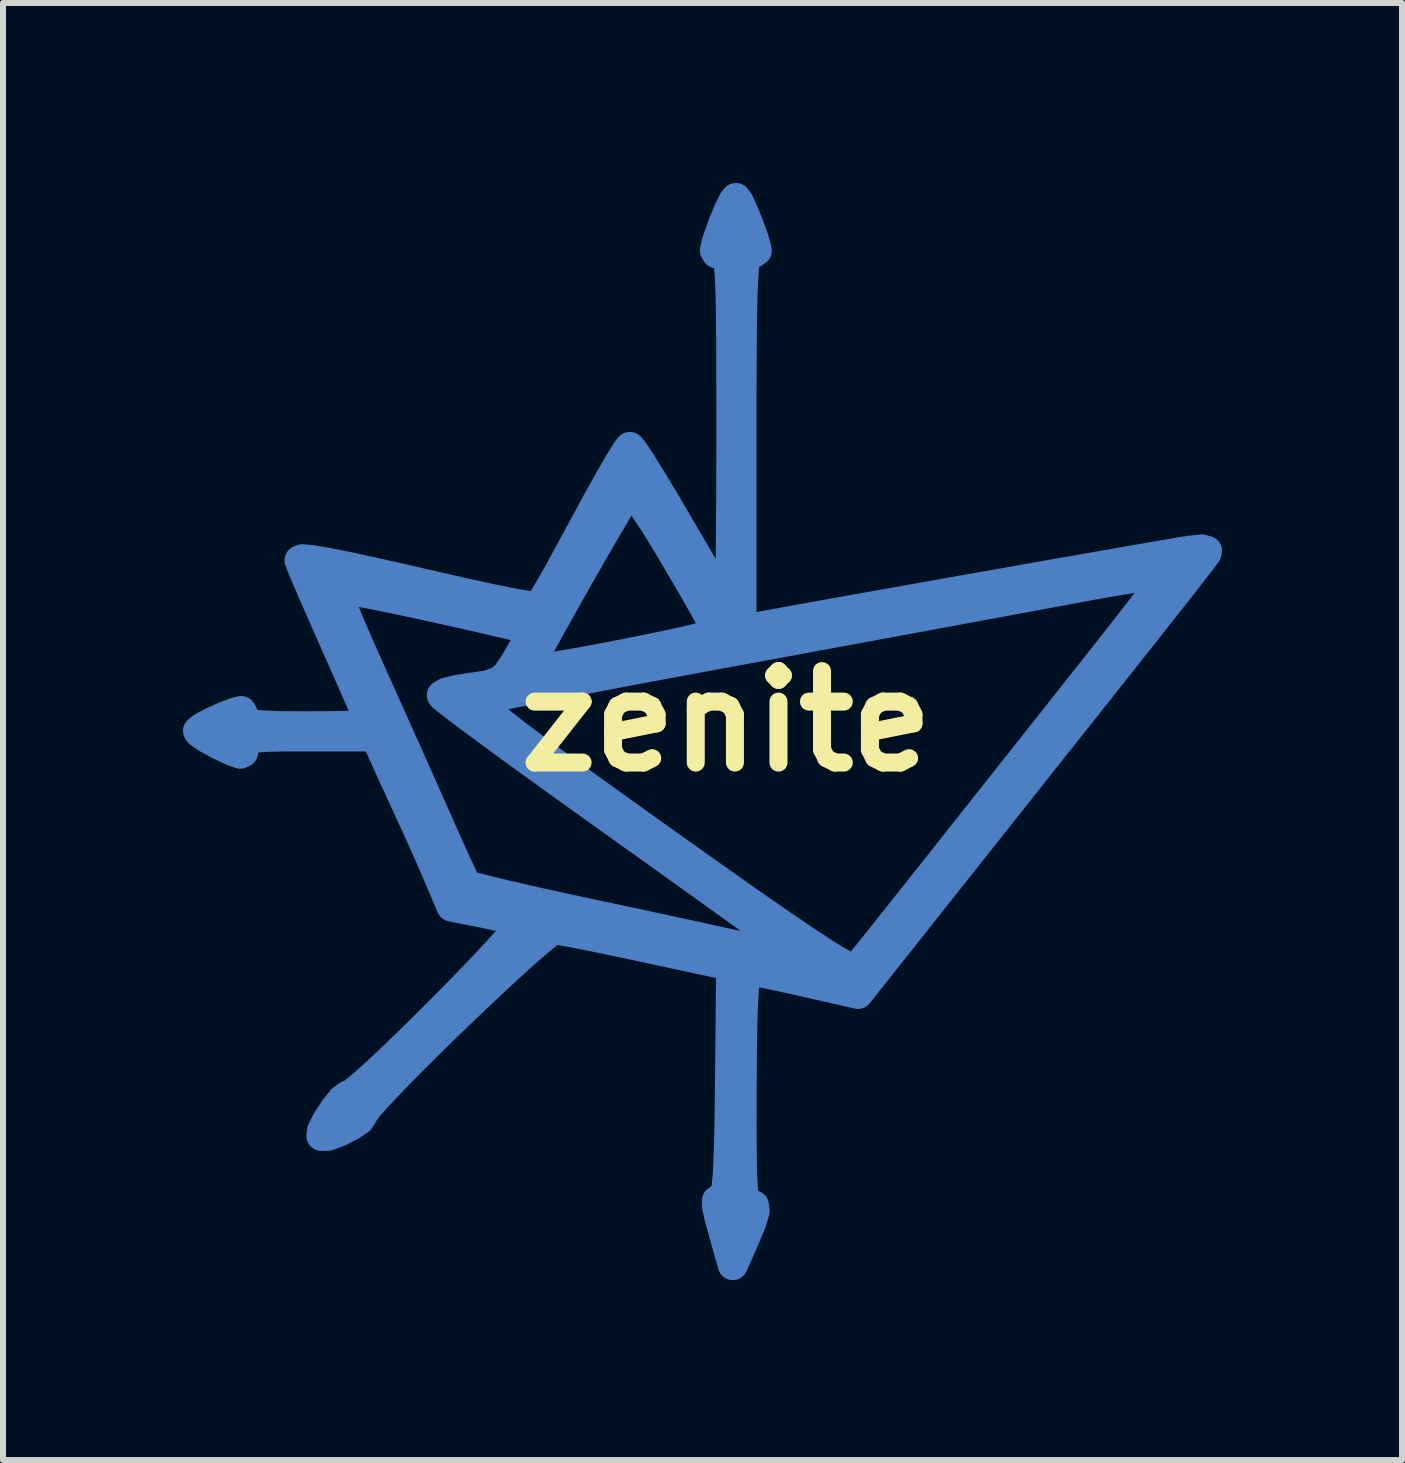
<source format=kicad_pcb>
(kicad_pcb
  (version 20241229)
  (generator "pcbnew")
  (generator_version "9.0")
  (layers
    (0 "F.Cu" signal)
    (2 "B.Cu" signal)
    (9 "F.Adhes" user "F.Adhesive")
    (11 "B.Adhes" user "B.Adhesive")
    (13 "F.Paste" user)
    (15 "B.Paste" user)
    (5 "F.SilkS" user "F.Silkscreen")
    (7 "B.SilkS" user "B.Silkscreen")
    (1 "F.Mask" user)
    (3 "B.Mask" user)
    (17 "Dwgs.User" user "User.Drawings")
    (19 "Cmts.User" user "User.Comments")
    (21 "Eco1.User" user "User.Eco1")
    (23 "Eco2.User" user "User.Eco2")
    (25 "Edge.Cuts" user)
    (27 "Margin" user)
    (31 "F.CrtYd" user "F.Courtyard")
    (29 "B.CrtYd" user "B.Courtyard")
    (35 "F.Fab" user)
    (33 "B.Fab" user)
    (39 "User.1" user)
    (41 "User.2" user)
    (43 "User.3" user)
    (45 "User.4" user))
  (footprint "zenite"
    (layer "F.Cu")
    (at 9.055 8.971)
    (property "Reference" "zenite" (at 0 0 0) (layer "F.SilkS") (effects (font (size 1.524 1.524) (thickness 0.3))))
    (attr through_hole)
    (fp_poly (pts (xy 0.212 -8.65) (xy 0.293 -8.473) (xy 0.383 -8.247) (xy 0.462 -8.028) (xy 0.505 -7.87) (xy 0.508 -7.841) (xy 0.439 -7.795) (xy 0.381 -7.789) (xy 0.348 -7.772) (xy 0.321 -7.71) (xy 0.299 -7.587) (xy 0.283 -7.389) (xy 0.271 -7.1) (xy 0.263 -6.705) (xy 0.258 -6.188) (xy 0.255 -5.533) (xy 0.254 -4.726) (xy 0.254 -4.647) (xy 0.254 -1.506) (xy 0.445 -1.553) (xy 0.561 -1.576) (xy 0.823 -1.624) (xy 1.209 -1.694) (xy 1.697 -1.782) (xy 2.267 -1.884) (xy 2.896 -1.996) (xy 3.564 -2.115) (xy 4.249 -2.236) (xy 4.929 -2.356) (xy 5.584 -2.472) (xy 6.191 -2.578) (xy 6.73 -2.672) (xy 7.178 -2.75) (xy 7.516 -2.808) (xy 7.694 -2.837) (xy 7.926 -2.863) (xy 8.014 -2.839) (xy 8.005 -2.801) (xy 7.938 -2.71) (xy 7.78 -2.506) (xy 7.547 -2.207) (xy 7.251 -1.832) (xy 6.909 -1.399) (xy 6.576 -0.978) (xy 6.123 -0.406) (xy 5.599 0.254) (xy 5.041 0.957) (xy 4.483 1.661) (xy 3.962 2.319) (xy 3.701 2.647) (xy 2.196 4.546) (xy 1.331 4.349) (xy 0.962 4.267) (xy 0.651 4.201) (xy 0.437 4.16) (xy 0.365 4.15) (xy 0.331 4.198) (xy 0.304 4.352) (xy 0.284 4.624) (xy 0.269 5.029) (xy 0.261 5.58) (xy 0.257 6.096) (xy 0.256 6.724) (xy 0.258 7.201) (xy 0.265 7.55) (xy 0.278 7.788) (xy 0.299 7.936) (xy 0.329 8.014) (xy 0.369 8.042) (xy 0.384 8.043) (xy 0.461 8.068) (xy 0.475 8.161) (xy 0.421 8.346) (xy 0.295 8.65) (xy 0.257 8.736) (xy 0.109 9.066) (xy -0.03 8.57) (xy -0.116 8.259) (xy -0.156 8.077) (xy -0.154 7.989) (xy -0.11 7.961) (xy -0.062 7.959) (xy -0.026 7.92) (xy 0.003 7.794) (xy 0.025 7.565) (xy 0.041 7.216) (xy 0.054 6.731) (xy 0.062 6.095) (xy 0.063 6.018) (xy 0.082 4.077) (xy -0.15 4.029) (xy -0.315 3.994) (xy -0.609 3.931) (xy -0.992 3.849) (xy -1.429 3.755) (xy -1.562 3.726) (xy -1.995 3.635) (xy -2.374 3.557) (xy -2.665 3.502) (xy -2.837 3.473) (xy -2.862 3.471) (xy -2.959 3.528) (xy -3.152 3.684) (xy -3.423 3.921) (xy -3.75 4.221) (xy -4.115 4.563) (xy -4.498 4.928) (xy -4.879 5.299) (xy -5.238 5.655) (xy -5.555 5.978) (xy -5.812 6.249) (xy -5.988 6.447) (xy -6.063 6.556) (xy -6.064 6.566) (xy -6.113 6.643) (xy -6.264 6.746) (xy -6.459 6.845) (xy -6.639 6.911) (xy -6.745 6.914) (xy -6.748 6.912) (xy -6.736 6.819) (xy -6.65 6.652) (xy -6.526 6.463) (xy -6.401 6.308) (xy -6.309 6.239) (xy -6.299 6.24) (xy -6.214 6.193) (xy -6.036 6.047) (xy -5.785 5.819) (xy -5.479 5.53) (xy -5.138 5.198) (xy -4.782 4.845) (xy -4.43 4.488) (xy -4.101 4.147) (xy -3.816 3.843) (xy -3.592 3.595) (xy -3.451 3.421) (xy -3.41 3.342) (xy -3.413 3.34) (xy -3.545 3.305) (xy -3.787 3.25) (xy -4.047 3.196) (xy -4.579 3.09) (xy -4.795 2.582) (xy -4.949 2.227) (xy -5.114 1.857) (xy -5.208 1.651) (xy -5.359 1.325) (xy -5.531 0.951) (xy -5.626 0.741) (xy -5.847 0.254) (xy -6.945 0.254) (xy -7.394 0.255) (xy -7.7 0.263) (xy -7.892 0.28) (xy -7.995 0.311) (xy -8.036 0.36) (xy -8.043 0.422) (xy -8.051 0.518) (xy -8.101 0.543) (xy -8.231 0.497) (xy -8.424 0.405) (xy -8.643 0.288) (xy -8.781 0.194) (xy -8.805 0.162) (xy -8.736 0.105) (xy -8.568 0.016) (xy -8.362 -0.078) (xy -8.177 -0.148) (xy -8.084 -0.169) (xy -8.048 -0.1) (xy -8.043 -0.042) (xy -8.018 0.011) (xy -7.926 0.048) (xy -7.742 0.07) (xy -7.44 0.082) (xy -6.994 0.085) (xy -6.985 0.085) (xy -6.584 0.082) (xy -6.253 0.076) (xy -6.023 0.067) (xy -5.928 0.056) (xy -5.927 0.055) (xy -5.959 -0.029) (xy -6.05 -0.241) (xy -6.188 -0.556) (xy -6.361 -0.949) (xy -6.519 -1.306) (xy -6.713 -1.744) (xy -6.881 -2.127) (xy -6.913 -2.202) (xy -6.501 -2.202) (xy -6.475 -2.11) (xy -6.389 -1.888) (xy -6.253 -1.562) (xy -6.077 -1.157) (xy -5.872 -0.698) (xy -5.859 -0.669) (xy -5.614 -0.124) (xy -5.358 0.446) (xy -5.114 0.993) (xy -4.903 1.469) (xy -4.785 1.736) (xy -4.622 2.102) (xy -4.481 2.412) (xy -4.378 2.63) (xy -4.326 2.726) (xy -4.233 2.759) (xy -3.996 2.821) (xy -3.641 2.907) (xy -3.189 3.01) (xy -2.663 3.126) (xy -2.244 3.216) (xy -1.634 3.346) (xy -1.038 3.474) (xy -0.488 3.593) (xy -0.02 3.696) (xy 0.334 3.774) (xy 0.466 3.804) (xy 0.834 3.889) (xy 1.069 3.941) (xy 1.199 3.966) (xy 1.256 3.968) (xy 1.27 3.953) (xy 1.27 3.947) (xy 1.203 3.892) (xy 1.013 3.75) (xy 0.712 3.53) (xy 0.315 3.242) (xy -0.164 2.897) (xy -0.711 2.505) (xy -1.312 2.075) (xy -1.736 1.773) (xy -2.365 1.323) (xy -2.95 0.903) (xy -3.476 0.522) (xy -3.929 0.191) (xy -4.296 -0.081) (xy -4.561 -0.281) (xy -4.611 -0.321) (xy -4.113 -0.321) (xy -4.069 -0.253) (xy -3.955 -0.143) (xy -3.763 0.018) (xy -3.482 0.237) (xy -3.104 0.52) (xy -2.617 0.876) (xy -2.013 1.312) (xy -1.281 1.836) (xy -1.092 1.971) (xy -0.308 2.528) (xy 0.349 2.992) (xy 0.889 3.367) (xy 1.32 3.66) (xy 1.651 3.877) (xy 1.893 4.024) (xy 2.054 4.107) (xy 2.144 4.133) (xy 2.166 4.125) (xy 2.243 4.032) (xy 2.409 3.826) (xy 2.649 3.525) (xy 2.948 3.15) (xy 3.29 2.719) (xy 3.566 2.371) (xy 4.025 1.791) (xy 4.541 1.14) (xy 5.074 0.467) (xy 5.585 -0.179) (xy 6.036 -0.748) (xy 6.098 -0.827) (xy 6.447 -1.269) (xy 6.759 -1.667) (xy 7.019 -2.003) (xy 7.213 -2.256) (xy 7.325 -2.408) (xy 7.347 -2.442) (xy 7.276 -2.449) (xy 7.064 -2.427) (xy 6.738 -2.38) (xy 6.322 -2.311) (xy 5.865 -2.228) (xy 5.47 -2.154) (xy 4.933 -2.055) (xy 4.278 -1.933) (xy 3.53 -1.795) (xy 2.713 -1.644) (xy 1.852 -1.485) (xy 0.97 -1.322) (xy 0.212 -1.183) (xy -0.609 -1.031) (xy -1.381 -0.887) (xy -2.09 -0.753) (xy -2.718 -0.633) (xy -3.248 -0.531) (xy -3.665 -0.448) (xy -3.951 -0.389) (xy -4.09 -0.356) (xy -4.097 -0.353) (xy -4.113 -0.321) (xy -4.611 -0.321) (xy -4.712 -0.401) (xy -4.741 -0.432) (xy -4.665 -0.477) (xy -4.469 -0.524) (xy -4.289 -0.552) (xy -3.986 -0.596) (xy -3.794 -0.658) (xy -3.655 -0.775) (xy -3.597 -0.862) (xy -3.302 -0.862) (xy -3.224 -0.858) (xy -3.013 -0.885) (xy -2.698 -0.935) (xy -2.311 -1.003) (xy -1.884 -1.084) (xy -1.447 -1.17) (xy -1.032 -1.255) (xy -0.669 -1.335) (xy -0.391 -1.402) (xy -0.227 -1.451) (xy -0.2 -1.465) (xy -0.186 -1.498) (xy -0.198 -1.561) (xy -0.247 -1.674) (xy -0.344 -1.857) (xy -0.499 -2.13) (xy -0.722 -2.513) (xy -0.954 -2.907) (xy -1.172 -3.264) (xy -1.364 -3.555) (xy -1.512 -3.755) (xy -1.6 -3.839) (xy -1.613 -3.838) (xy -1.681 -3.738) (xy -1.814 -3.521) (xy -1.995 -3.215) (xy -2.208 -2.847) (xy -2.438 -2.445) (xy -2.669 -2.037) (xy -2.885 -1.65) (xy -3.072 -1.312) (xy -3.212 -1.051) (xy -3.291 -0.893) (xy -3.302 -0.862) (xy -3.597 -0.862) (xy -3.514 -0.986) (xy -3.437 -1.119) (xy -3.205 -1.518) (xy -3.402 -1.564) (xy -4.122 -1.732) (xy -4.778 -1.879) (xy -5.352 -2.004) (xy -5.829 -2.102) (xy -6.19 -2.17) (xy -6.42 -2.204) (xy -6.501 -2.202) (xy -6.913 -2.202) (xy -7.01 -2.428) (xy -7.091 -2.621) (xy -7.112 -2.681) (xy -7.068 -2.699) (xy -6.927 -2.688) (xy -6.676 -2.647) (xy -6.304 -2.573) (xy -5.799 -2.463) (xy -5.147 -2.315) (xy -4.796 -2.234) (xy -4.299 -2.121) (xy -3.858 -2.026) (xy -3.499 -1.955) (xy -3.25 -1.912) (xy -3.137 -1.903) (xy -3.135 -1.904) (xy -3.075 -1.988) (xy -2.95 -2.198) (xy -2.775 -2.507) (xy -2.564 -2.892) (xy -2.366 -3.258) (xy -2.136 -3.683) (xy -1.93 -4.051) (xy -1.764 -4.337) (xy -1.651 -4.519) (xy -1.607 -4.572) (xy -1.548 -4.502) (xy -1.42 -4.308) (xy -1.237 -4.013) (xy -1.012 -3.64) (xy -0.765 -3.217) (xy -0.515 -2.79) (xy -0.295 -2.417) (xy -0.118 -2.124) (xy 0.003 -1.931) (xy 0.053 -1.863) (xy 0.06 -1.944) (xy 0.067 -2.176) (xy 0.073 -2.538) (xy 0.078 -3.013) (xy 0.082 -3.58) (xy 0.084 -4.221) (xy 0.085 -4.826) (xy 0.084 -5.612) (xy 0.083 -6.246) (xy 0.079 -6.743) (xy 0.072 -7.12) (xy 0.061 -7.394) (xy 0.046 -7.581) (xy 0.024 -7.698) (xy -0.004 -7.76) (xy -0.039 -7.785) (xy -0.075 -7.789) (xy -0.161 -7.798) (xy -0.189 -7.849) (xy -0.16 -7.981) (xy -0.072 -8.23) (xy -0.063 -8.255) (xy 0.037 -8.504) (xy 0.121 -8.673) (xy 0.161 -8.721) (xy 0.212 -8.65)) (stroke (width 0.5) (type solid)) (fill yes) (layer "B.Cu")))
  (gr_rect
    (start -3 -3)
    (end 20.319 21.287)
    (stroke (width 0.1) (type default))
    (fill no)
    (layer "Edge.Cuts")))
</source>
